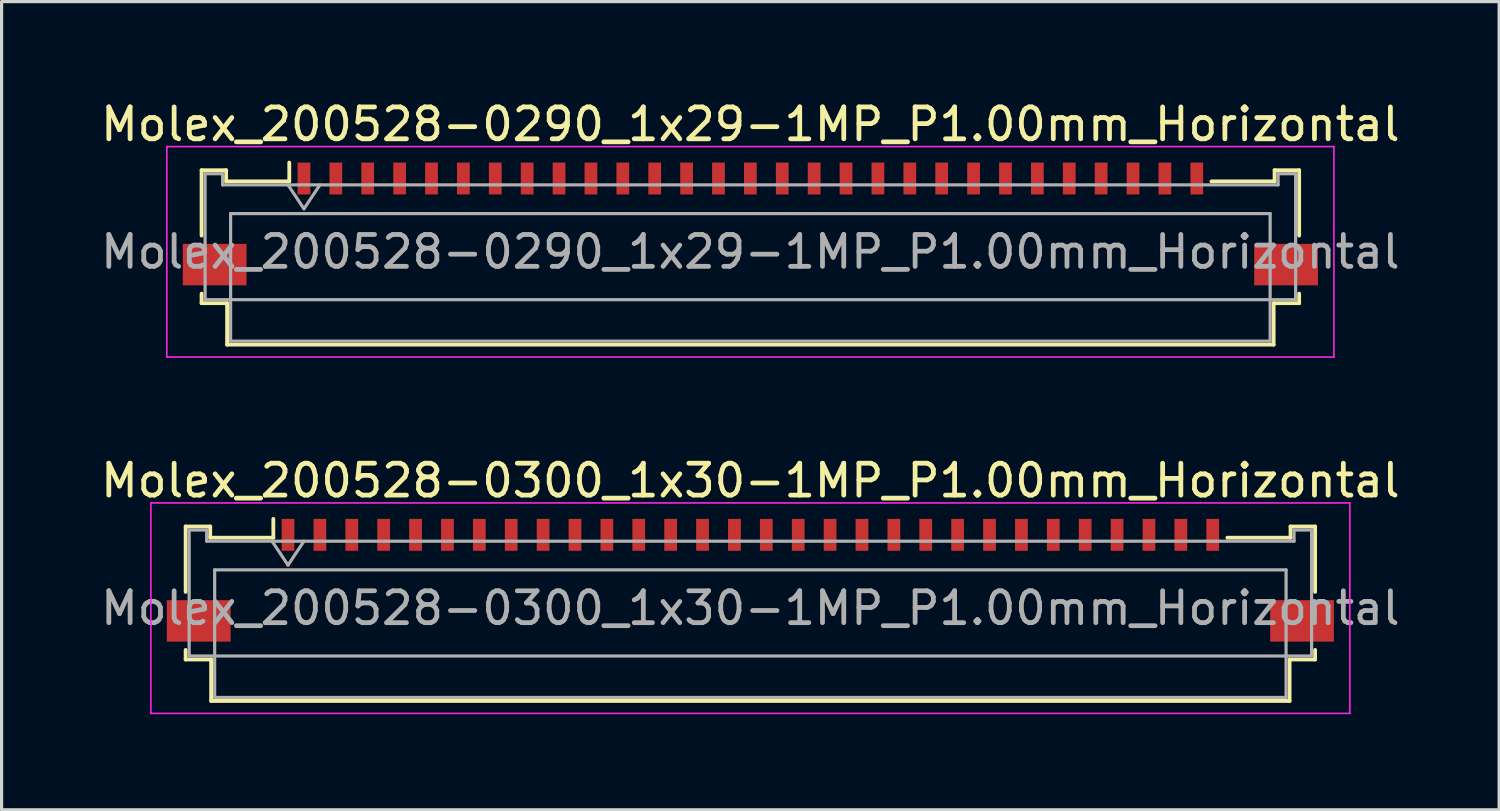
<source format=kicad_pcb>
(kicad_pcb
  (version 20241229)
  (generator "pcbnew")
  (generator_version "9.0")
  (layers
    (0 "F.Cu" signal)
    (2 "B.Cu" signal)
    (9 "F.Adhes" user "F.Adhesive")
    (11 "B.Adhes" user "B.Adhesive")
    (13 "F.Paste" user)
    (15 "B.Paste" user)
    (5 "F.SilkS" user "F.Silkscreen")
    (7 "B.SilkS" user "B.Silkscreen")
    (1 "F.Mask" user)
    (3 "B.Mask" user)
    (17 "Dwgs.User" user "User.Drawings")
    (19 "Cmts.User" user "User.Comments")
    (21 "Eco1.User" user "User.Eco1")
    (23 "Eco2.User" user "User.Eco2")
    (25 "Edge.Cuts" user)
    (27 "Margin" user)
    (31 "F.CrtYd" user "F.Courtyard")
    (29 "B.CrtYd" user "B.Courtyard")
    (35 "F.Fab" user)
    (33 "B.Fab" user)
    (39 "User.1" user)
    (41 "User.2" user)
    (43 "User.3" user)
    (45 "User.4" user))
  (footprint "Molex_200528-0300_1x30-1MP_P1.00mm_Horizontal"
    (layer "F.Cu")
    (at 20.482 14.632)
    (property "Reference" "Molex_200528-0300_1x30-1MP_P1.00mm_Horizontal" (at 0 -2.61 0) (layer "F.SilkS") (effects (font (size 1 1) (thickness 0.15))))
    (attr smd)
    (fp_line (start -17.71 -1.17) (end -17.71 0.88) (stroke (width 0.12) (type solid)) (layer "F.SilkS"))
    (fp_line (start -17.71 2.7) (end -17.71 3) (stroke (width 0.12) (type solid)) (layer "F.SilkS"))
    (fp_line (start -17.71 3) (end -16.91 3) (stroke (width 0.12) (type solid)) (layer "F.SilkS"))
    (fp_line (start -16.94 -1.17) (end -17.71 -1.17) (stroke (width 0.12) (type solid)) (layer "F.SilkS"))
    (fp_line (start -16.94 -0.82) (end -16.94 -1.17) (stroke (width 0.12) (type solid)) (layer "F.SilkS"))
    (fp_line (start -16.91 3) (end -16.91 4.3) (stroke (width 0.12) (type solid)) (layer "F.SilkS"))
    (fp_line (start -16.91 4.3) (end 16.91 4.3) (stroke (width 0.12) (type solid)) (layer "F.SilkS"))
    (fp_line (start -14.96 -1.41) (end -14.96 -0.82) (stroke (width 0.12) (type solid)) (layer "F.SilkS"))
    (fp_line (start -14.96 -0.82) (end -16.94 -0.82) (stroke (width 0.12) (type solid)) (layer "F.SilkS"))
    (fp_line (start 16.91 3) (end 17.71 3) (stroke (width 0.12) (type solid)) (layer "F.SilkS"))
    (fp_line (start 16.91 4.3) (end 16.91 3) (stroke (width 0.12) (type solid)) (layer "F.SilkS"))
    (fp_line (start 16.94 -1.17) (end 16.94 -0.82) (stroke (width 0.12) (type solid)) (layer "F.SilkS"))
    (fp_line (start 16.94 -0.82) (end 14.96 -0.82) (stroke (width 0.12) (type solid)) (layer "F.SilkS"))
    (fp_line (start 17.71 -1.17) (end 16.94 -1.17) (stroke (width 0.12) (type solid)) (layer "F.SilkS"))
    (fp_line (start 17.71 0.88) (end 17.71 -1.17) (stroke (width 0.12) (type solid)) (layer "F.SilkS"))
    (fp_line (start 17.71 3) (end 17.71 2.7) (stroke (width 0.12) (type solid)) (layer "F.SilkS"))
    (fp_line (start -18.8 -1.91) (end -18.8 4.69) (stroke (width 0.05) (type solid)) (layer "F.CrtYd"))
    (fp_line (start -18.8 4.69) (end 18.8 4.69) (stroke (width 0.05) (type solid)) (layer "F.CrtYd"))
    (fp_line (start 18.8 -1.91) (end -18.8 -1.91) (stroke (width 0.05) (type solid)) (layer "F.CrtYd"))
    (fp_line (start 18.8 4.69) (end 18.8 -1.91) (stroke (width 0.05) (type solid)) (layer "F.CrtYd"))
    (fp_line (start -17.6 -1.06) (end -17.6 2.89) (stroke (width 0.1) (type solid)) (layer "F.Fab"))
    (fp_line (start -17.6 2.89) (end 17.6 2.89) (stroke (width 0.1) (type solid)) (layer "F.Fab"))
    (fp_line (start -17.05 -1.06) (end -17.6 -1.06) (stroke (width 0.1) (type solid)) (layer "F.Fab"))
    (fp_line (start -17.05 -0.71) (end -17.05 -1.06) (stroke (width 0.1) (type solid)) (layer "F.Fab"))
    (fp_line (start -16.8 0.19) (end -16.8 4.19) (stroke (width 0.1) (type solid)) (layer "F.Fab"))
    (fp_line (start -16.8 4.19) (end 16.8 4.19) (stroke (width 0.1) (type solid)) (layer "F.Fab"))
    (fp_line (start -15 -0.71) (end -14.5 0.04) (stroke (width 0.1) (type solid)) (layer "F.Fab"))
    (fp_line (start -14.5 0.04) (end -14 -0.71) (stroke (width 0.1) (type solid)) (layer "F.Fab"))
    (fp_line (start 16.8 0.19) (end -16.8 0.19) (stroke (width 0.1) (type solid)) (layer "F.Fab"))
    (fp_line (start 16.8 4.19) (end 16.8 0.19) (stroke (width 0.1) (type solid)) (layer "F.Fab"))
    (fp_line (start 17.05 -1.06) (end 17.05 -0.71) (stroke (width 0.1) (type solid)) (layer "F.Fab"))
    (fp_line (start 17.05 -0.71) (end -17.05 -0.71) (stroke (width 0.1) (type solid)) (layer "F.Fab"))
    (fp_line (start 17.6 -1.06) (end 17.05 -1.06) (stroke (width 0.1) (type solid)) (layer "F.Fab"))
    (fp_line (start 17.6 2.89) (end 17.6 -1.06) (stroke (width 0.1) (type solid)) (layer "F.Fab"))
    (fp_text user "${REFERENCE}" (at 0 1.39 0) (layer "F.Fab") (effects (font (size 1 1) (thickness 0.15))))
    (pad "1" smd rect (at -14.5 -0.91) (size 0.4 1) (layers "F.Cu" "F.Mask" "F.Paste"))
    (pad "2" smd rect (at -13.5 -0.91) (size 0.4 1) (layers "F.Cu" "F.Mask" "F.Paste"))
    (pad "3" smd rect (at -12.5 -0.91) (size 0.4 1) (layers "F.Cu" "F.Mask" "F.Paste"))
    (pad "4" smd rect (at -11.5 -0.91) (size 0.4 1) (layers "F.Cu" "F.Mask" "F.Paste"))
    (pad "5" smd rect (at -10.5 -0.91) (size 0.4 1) (layers "F.Cu" "F.Mask" "F.Paste"))
    (pad "6" smd rect (at -9.5 -0.91) (size 0.4 1) (layers "F.Cu" "F.Mask" "F.Paste"))
    (pad "7" smd rect (at -8.5 -0.91) (size 0.4 1) (layers "F.Cu" "F.Mask" "F.Paste"))
    (pad "8" smd rect (at -7.5 -0.91) (size 0.4 1) (layers "F.Cu" "F.Mask" "F.Paste"))
    (pad "9" smd rect (at -6.5 -0.91) (size 0.4 1) (layers "F.Cu" "F.Mask" "F.Paste"))
    (pad "10" smd rect (at -5.5 -0.91) (size 0.4 1) (layers "F.Cu" "F.Mask" "F.Paste"))
    (pad "11" smd rect (at -4.5 -0.91) (size 0.4 1) (layers "F.Cu" "F.Mask" "F.Paste"))
    (pad "12" smd rect (at -3.5 -0.91) (size 0.4 1) (layers "F.Cu" "F.Mask" "F.Paste"))
    (pad "13" smd rect (at -2.5 -0.91) (size 0.4 1) (layers "F.Cu" "F.Mask" "F.Paste"))
    (pad "14" smd rect (at -1.5 -0.91) (size 0.4 1) (layers "F.Cu" "F.Mask" "F.Paste"))
    (pad "15" smd rect (at -0.5 -0.91) (size 0.4 1) (layers "F.Cu" "F.Mask" "F.Paste"))
    (pad "16" smd rect (at 0.5 -0.91) (size 0.4 1) (layers "F.Cu" "F.Mask" "F.Paste"))
    (pad "17" smd rect (at 1.5 -0.91) (size 0.4 1) (layers "F.Cu" "F.Mask" "F.Paste"))
    (pad "18" smd rect (at 2.5 -0.91) (size 0.4 1) (layers "F.Cu" "F.Mask" "F.Paste"))
    (pad "19" smd rect (at 3.5 -0.91) (size 0.4 1) (layers "F.Cu" "F.Mask" "F.Paste"))
    (pad "20" smd rect (at 4.5 -0.91) (size 0.4 1) (layers "F.Cu" "F.Mask" "F.Paste"))
    (pad "21" smd rect (at 5.5 -0.91) (size 0.4 1) (layers "F.Cu" "F.Mask" "F.Paste"))
    (pad "22" smd rect (at 6.5 -0.91) (size 0.4 1) (layers "F.Cu" "F.Mask" "F.Paste"))
    (pad "23" smd rect (at 7.5 -0.91) (size 0.4 1) (layers "F.Cu" "F.Mask" "F.Paste"))
    (pad "24" smd rect (at 8.5 -0.91) (size 0.4 1) (layers "F.Cu" "F.Mask" "F.Paste"))
    (pad "25" smd rect (at 9.5 -0.91) (size 0.4 1) (layers "F.Cu" "F.Mask" "F.Paste"))
    (pad "26" smd rect (at 10.5 -0.91) (size 0.4 1) (layers "F.Cu" "F.Mask" "F.Paste"))
    (pad "27" smd rect (at 11.5 -0.91) (size 0.4 1) (layers "F.Cu" "F.Mask" "F.Paste"))
    (pad "28" smd rect (at 12.5 -0.91) (size 0.4 1) (layers "F.Cu" "F.Mask" "F.Paste"))
    (pad "29" smd rect (at 13.5 -0.91) (size 0.4 1) (layers "F.Cu" "F.Mask" "F.Paste"))
    (pad "30" smd rect (at 14.5 -0.91) (size 0.4 1) (layers "F.Cu" "F.Mask" "F.Paste"))
    (pad "MP" smd rect (at -17.3 1.79) (size 2 1.3) (layers "F.Cu" "F.Mask" "F.Paste"))
    (pad "MP" smd rect (at 17.3 1.79) (size 2 1.3) (layers "F.Cu" "F.Mask" "F.Paste")))
  (footprint "Molex_200528-0290_1x29-1MP_P1.00mm_Horizontal"
    (layer "F.Cu")
    (at 20.482 3.458)
    (property "Reference" "Molex_200528-0290_1x29-1MP_P1.00mm_Horizontal" (at 0 -2.61 0) (layer "F.SilkS") (effects (font (size 1 1) (thickness 0.15))))
    (attr smd)
    (fp_line (start -17.21 -1.17) (end -17.21 0.88) (stroke (width 0.12) (type solid)) (layer "F.SilkS"))
    (fp_line (start -17.21 2.7) (end -17.21 3) (stroke (width 0.12) (type solid)) (layer "F.SilkS"))
    (fp_line (start -17.21 3) (end -16.41 3) (stroke (width 0.12) (type solid)) (layer "F.SilkS"))
    (fp_line (start -16.44 -1.17) (end -17.21 -1.17) (stroke (width 0.12) (type solid)) (layer "F.SilkS"))
    (fp_line (start -16.44 -0.82) (end -16.44 -1.17) (stroke (width 0.12) (type solid)) (layer "F.SilkS"))
    (fp_line (start -16.41 3) (end -16.41 4.3) (stroke (width 0.12) (type solid)) (layer "F.SilkS"))
    (fp_line (start -16.41 4.3) (end 16.41 4.3) (stroke (width 0.12) (type solid)) (layer "F.SilkS"))
    (fp_line (start -14.46 -1.41) (end -14.46 -0.82) (stroke (width 0.12) (type solid)) (layer "F.SilkS"))
    (fp_line (start -14.46 -0.82) (end -16.44 -0.82) (stroke (width 0.12) (type solid)) (layer "F.SilkS"))
    (fp_line (start 16.41 3) (end 17.21 3) (stroke (width 0.12) (type solid)) (layer "F.SilkS"))
    (fp_line (start 16.41 4.3) (end 16.41 3) (stroke (width 0.12) (type solid)) (layer "F.SilkS"))
    (fp_line (start 16.44 -1.17) (end 16.44 -0.82) (stroke (width 0.12) (type solid)) (layer "F.SilkS"))
    (fp_line (start 16.44 -0.82) (end 14.46 -0.82) (stroke (width 0.12) (type solid)) (layer "F.SilkS"))
    (fp_line (start 17.21 -1.17) (end 16.44 -1.17) (stroke (width 0.12) (type solid)) (layer "F.SilkS"))
    (fp_line (start 17.21 0.88) (end 17.21 -1.17) (stroke (width 0.12) (type solid)) (layer "F.SilkS"))
    (fp_line (start 17.21 3) (end 17.21 2.7) (stroke (width 0.12) (type solid)) (layer "F.SilkS"))
    (fp_line (start -18.3 -1.91) (end -18.3 4.69) (stroke (width 0.05) (type solid)) (layer "F.CrtYd"))
    (fp_line (start -18.3 4.69) (end 18.3 4.69) (stroke (width 0.05) (type solid)) (layer "F.CrtYd"))
    (fp_line (start 18.3 -1.91) (end -18.3 -1.91) (stroke (width 0.05) (type solid)) (layer "F.CrtYd"))
    (fp_line (start 18.3 4.69) (end 18.3 -1.91) (stroke (width 0.05) (type solid)) (layer "F.CrtYd"))
    (fp_line (start -17.1 -1.06) (end -17.1 2.89) (stroke (width 0.1) (type solid)) (layer "F.Fab"))
    (fp_line (start -17.1 2.89) (end 17.1 2.89) (stroke (width 0.1) (type solid)) (layer "F.Fab"))
    (fp_line (start -16.55 -1.06) (end -17.1 -1.06) (stroke (width 0.1) (type solid)) (layer "F.Fab"))
    (fp_line (start -16.55 -0.71) (end -16.55 -1.06) (stroke (width 0.1) (type solid)) (layer "F.Fab"))
    (fp_line (start -16.3 0.19) (end -16.3 4.19) (stroke (width 0.1) (type solid)) (layer "F.Fab"))
    (fp_line (start -16.3 4.19) (end 16.3 4.19) (stroke (width 0.1) (type solid)) (layer "F.Fab"))
    (fp_line (start -14.5 -0.71) (end -14 0.04) (stroke (width 0.1) (type solid)) (layer "F.Fab"))
    (fp_line (start -14 0.04) (end -13.5 -0.71) (stroke (width 0.1) (type solid)) (layer "F.Fab"))
    (fp_line (start 16.3 0.19) (end -16.3 0.19) (stroke (width 0.1) (type solid)) (layer "F.Fab"))
    (fp_line (start 16.3 4.19) (end 16.3 0.19) (stroke (width 0.1) (type solid)) (layer "F.Fab"))
    (fp_line (start 16.55 -1.06) (end 16.55 -0.71) (stroke (width 0.1) (type solid)) (layer "F.Fab"))
    (fp_line (start 16.55 -0.71) (end -16.55 -0.71) (stroke (width 0.1) (type solid)) (layer "F.Fab"))
    (fp_line (start 17.1 -1.06) (end 16.55 -1.06) (stroke (width 0.1) (type solid)) (layer "F.Fab"))
    (fp_line (start 17.1 2.89) (end 17.1 -1.06) (stroke (width 0.1) (type solid)) (layer "F.Fab"))
    (fp_text user "${REFERENCE}" (at 0 1.39 0) (layer "F.Fab") (effects (font (size 1 1) (thickness 0.15))))
    (pad "1" smd rect (at -14 -0.91) (size 0.4 1) (layers "F.Cu" "F.Mask" "F.Paste"))
    (pad "2" smd rect (at -13 -0.91) (size 0.4 1) (layers "F.Cu" "F.Mask" "F.Paste"))
    (pad "3" smd rect (at -12 -0.91) (size 0.4 1) (layers "F.Cu" "F.Mask" "F.Paste"))
    (pad "4" smd rect (at -11 -0.91) (size 0.4 1) (layers "F.Cu" "F.Mask" "F.Paste"))
    (pad "5" smd rect (at -10 -0.91) (size 0.4 1) (layers "F.Cu" "F.Mask" "F.Paste"))
    (pad "6" smd rect (at -9 -0.91) (size 0.4 1) (layers "F.Cu" "F.Mask" "F.Paste"))
    (pad "7" smd rect (at -8 -0.91) (size 0.4 1) (layers "F.Cu" "F.Mask" "F.Paste"))
    (pad "8" smd rect (at -7 -0.91) (size 0.4 1) (layers "F.Cu" "F.Mask" "F.Paste"))
    (pad "9" smd rect (at -6 -0.91) (size 0.4 1) (layers "F.Cu" "F.Mask" "F.Paste"))
    (pad "10" smd rect (at -5 -0.91) (size 0.4 1) (layers "F.Cu" "F.Mask" "F.Paste"))
    (pad "11" smd rect (at -4 -0.91) (size 0.4 1) (layers "F.Cu" "F.Mask" "F.Paste"))
    (pad "12" smd rect (at -3 -0.91) (size 0.4 1) (layers "F.Cu" "F.Mask" "F.Paste"))
    (pad "13" smd rect (at -2 -0.91) (size 0.4 1) (layers "F.Cu" "F.Mask" "F.Paste"))
    (pad "14" smd rect (at -1 -0.91) (size 0.4 1) (layers "F.Cu" "F.Mask" "F.Paste"))
    (pad "15" smd rect (at 0 -0.91) (size 0.4 1) (layers "F.Cu" "F.Mask" "F.Paste"))
    (pad "16" smd rect (at 1 -0.91) (size 0.4 1) (layers "F.Cu" "F.Mask" "F.Paste"))
    (pad "17" smd rect (at 2 -0.91) (size 0.4 1) (layers "F.Cu" "F.Mask" "F.Paste"))
    (pad "18" smd rect (at 3 -0.91) (size 0.4 1) (layers "F.Cu" "F.Mask" "F.Paste"))
    (pad "19" smd rect (at 4 -0.91) (size 0.4 1) (layers "F.Cu" "F.Mask" "F.Paste"))
    (pad "20" smd rect (at 5 -0.91) (size 0.4 1) (layers "F.Cu" "F.Mask" "F.Paste"))
    (pad "21" smd rect (at 6 -0.91) (size 0.4 1) (layers "F.Cu" "F.Mask" "F.Paste"))
    (pad "22" smd rect (at 7 -0.91) (size 0.4 1) (layers "F.Cu" "F.Mask" "F.Paste"))
    (pad "23" smd rect (at 8 -0.91) (size 0.4 1) (layers "F.Cu" "F.Mask" "F.Paste"))
    (pad "24" smd rect (at 9 -0.91) (size 0.4 1) (layers "F.Cu" "F.Mask" "F.Paste"))
    (pad "25" smd rect (at 10 -0.91) (size 0.4 1) (layers "F.Cu" "F.Mask" "F.Paste"))
    (pad "26" smd rect (at 11 -0.91) (size 0.4 1) (layers "F.Cu" "F.Mask" "F.Paste"))
    (pad "27" smd rect (at 12 -0.91) (size 0.4 1) (layers "F.Cu" "F.Mask" "F.Paste"))
    (pad "28" smd rect (at 13 -0.91) (size 0.4 1) (layers "F.Cu" "F.Mask" "F.Paste"))
    (pad "29" smd rect (at 14 -0.91) (size 0.4 1) (layers "F.Cu" "F.Mask" "F.Paste"))
    (pad "MP" smd rect (at -16.8 1.79) (size 2 1.3) (layers "F.Cu" "F.Mask" "F.Paste"))
    (pad "MP" smd rect (at 16.8 1.79) (size 2 1.3) (layers "F.Cu" "F.Mask" "F.Paste")))
  (gr_rect
    (start -3 -3)
    (end 43.964 22.346)
    (stroke (width 0.1) (type default))
    (fill no)
    (layer "Edge.Cuts")))
</source>
